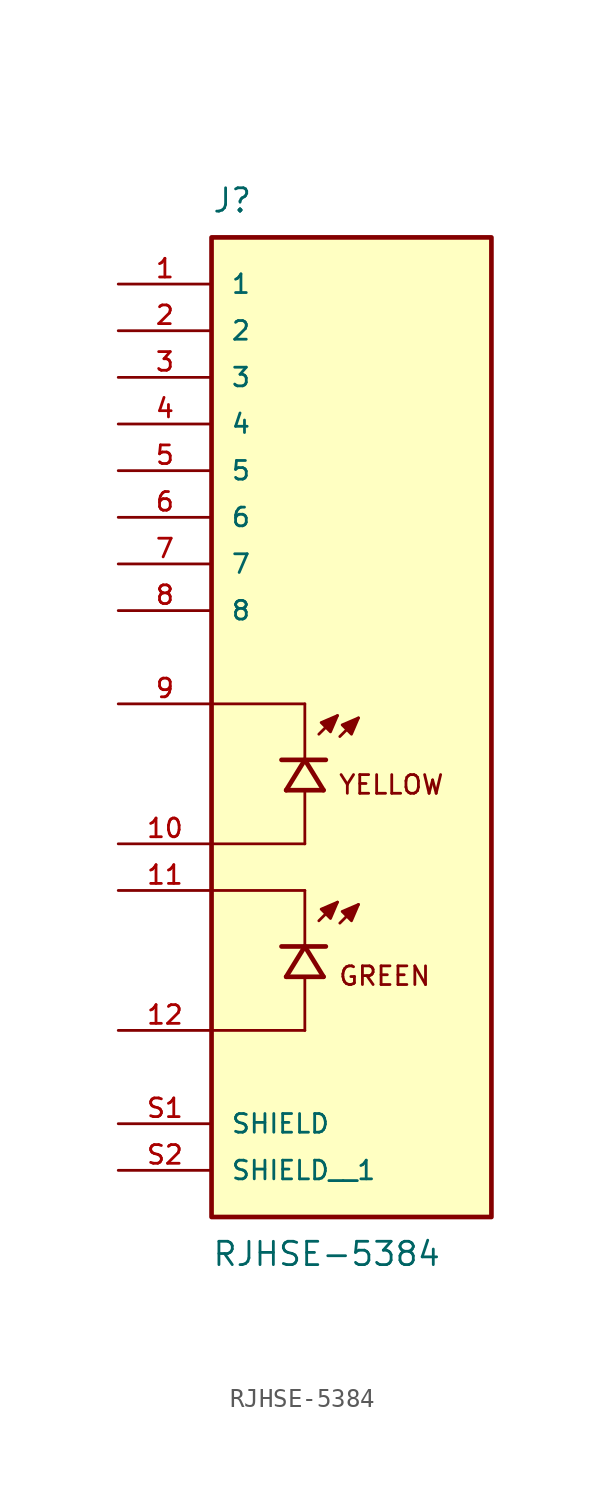
<source format=kicad_sym>
(kicad_symbol_lib
  (version 20211014)
  (generator kicad_symbol_editor)
  (symbol "RJHSE-5384"
    (pin_names
      (offset 1.016))
    (property "Reference" "J"
      (at -7.62 26.67 0)
      (effects (font (size 1.27 1.27)) (justify bottom left)))
    (property "Value" "RJHSE-5384"
      (at -7.62 -29.21 0)
      (effects (font (size 1.27 1.27)) (justify top left)))
    (symbol "RJHSE-5384_0_0"
      (polyline (pts (xy -1.778 -1.651) (xy -0.762 -0.635)) (stroke (width 0.152)))
      (polyline (pts (xy -0.635 -1.778) (xy 0.381 -0.762)) (stroke (width 0.152)))
      (polyline (pts (xy -0.762 -0.635) (xy -1.651 -1.016) (xy -1.143 -1.524) (xy -0.762 -0.635)) (stroke (width 0.152)) (fill (type outline)))
      (polyline (pts (xy 0.381 -0.762) (xy -0.508 -1.143) (xy 0.0 -1.651) (xy 0.381 -0.762)) (stroke (width 0.152)) (fill (type outline)))
      (text "YELLOW" (at -0.762 -3.81 0) (effects (font (size 1.016 1.016)) (justify top left)))
      (polyline (pts (xy -1.524 -4.699) (xy -2.54 -3.048)) (stroke (width 0.254)))
      (polyline (pts (xy -2.54 -3.048) (xy -3.556 -4.699)) (stroke (width 0.254)))
      (polyline (pts (xy -1.397 -3.048) (xy -2.54 -3.048)) (stroke (width 0.254)))
      (polyline (pts (xy -2.54 -3.048) (xy -3.81 -3.048)) (stroke (width 0.254)))
      (polyline (pts (xy -1.524 -4.699) (xy -3.556 -4.699)) (stroke (width 0.254)))
      (polyline (pts (xy -2.54 -7.62) (xy -2.54 -4.826)) (stroke (width 0.152)))
      (polyline (pts (xy -2.54 -2.921) (xy -2.54 0.0)) (stroke (width 0.152)))
      (polyline (pts (xy -2.54 0.0) (xy -7.62 0.0)) (stroke (width 0.152)))
      (polyline (pts (xy -2.54 -7.62) (xy -7.62 -7.62)) (stroke (width 0.152)))
      (polyline (pts (xy -1.778 -11.811) (xy -0.762 -10.795)) (stroke (width 0.152)))
      (polyline (pts (xy -0.635 -11.938) (xy 0.381 -10.922)) (stroke (width 0.152)))
      (polyline (pts (xy -0.762 -10.795) (xy -1.651 -11.176) (xy -1.143 -11.684) (xy -0.762 -10.795)) (stroke (width 0.152)) (fill (type outline)))
      (polyline (pts (xy 0.381 -10.922) (xy -0.508 -11.303) (xy 0.0 -11.811) (xy 0.381 -10.922)) (stroke (width 0.152)) (fill (type outline)))
      (polyline (pts (xy -1.524 -14.859) (xy -2.54 -13.208)) (stroke (width 0.254)))
      (polyline (pts (xy -2.54 -13.208) (xy -3.556 -14.859)) (stroke (width 0.254)))
      (polyline (pts (xy -1.397 -13.208) (xy -2.54 -13.208)) (stroke (width 0.254)))
      (polyline (pts (xy -2.54 -13.208) (xy -3.81 -13.208)) (stroke (width 0.254)))
      (polyline (pts (xy -1.524 -14.859) (xy -3.556 -14.859)) (stroke (width 0.254)))
      (polyline (pts (xy -2.54 -17.78) (xy -2.54 -14.986)) (stroke (width 0.152)))
      (polyline (pts (xy -2.54 -13.081) (xy -2.54 -10.16)) (stroke (width 0.152)))
      (polyline (pts (xy -2.54 -10.16) (xy -7.62 -10.16)) (stroke (width 0.152)))
      (polyline (pts (xy -2.54 -17.78) (xy -7.62 -17.78)) (stroke (width 0.152)))
      (text "GREEN" (at -0.762 -14.224 0) (effects (font (size 1.016 1.016)) (justify top left)))
      (rectangle (start -7.62 -27.94) (end 7.62 25.4) (stroke (width 0.254)) (fill (type background)))
      (pin passive line (at -12.7 22.86 0) (length 5.08) (name "1" (effects (font (size 1.016 1.016)))) (number "1" (effects (font (size 1.016 1.016)))))
      (pin passive line (at -12.7 20.32 0) (length 5.08) (name "2" (effects (font (size 1.016 1.016)))) (number "2" (effects (font (size 1.016 1.016)))))
      (pin passive line (at -12.7 17.78 0) (length 5.08) (name "3" (effects (font (size 1.016 1.016)))) (number "3" (effects (font (size 1.016 1.016)))))
      (pin passive line (at -12.7 15.24 0) (length 5.08) (name "4" (effects (font (size 1.016 1.016)))) (number "4" (effects (font (size 1.016 1.016)))))
      (pin passive line (at -12.7 12.7 0) (length 5.08) (name "5" (effects (font (size 1.016 1.016)))) (number "5" (effects (font (size 1.016 1.016)))))
      (pin passive line (at -12.7 10.16 0) (length 5.08) (name "6" (effects (font (size 1.016 1.016)))) (number "6" (effects (font (size 1.016 1.016)))))
      (pin passive line (at -12.7 7.62 0) (length 5.08) (name "7" (effects (font (size 1.016 1.016)))) (number "7" (effects (font (size 1.016 1.016)))))
      (pin passive line (at -12.7 5.08 0) (length 5.08) (name "8" (effects (font (size 1.016 1.016)))) (number "8" (effects (font (size 1.016 1.016)))))
      (pin passive line (at -12.7 -7.62 0) (length 5.08) (name "~" (effects (font (size 1.016 1.016)))) (number "10" (effects (font (size 1.016 1.016)))))
      (pin passive line (at -12.7 0.0 0) (length 5.08) (name "~" (effects (font (size 1.016 1.016)))) (number "9" (effects (font (size 1.016 1.016)))))
      (pin passive line (at -12.7 -17.78 0) (length 5.08) (name "~" (effects (font (size 1.016 1.016)))) (number "12" (effects (font (size 1.016 1.016)))))
      (pin passive line (at -12.7 -10.16 0) (length 5.08) (name "~" (effects (font (size 1.016 1.016)))) (number "11" (effects (font (size 1.016 1.016)))))
      (pin passive line (at -12.7 -22.86 0) (length 5.08) (name "SHIELD" (effects (font (size 1.016 1.016)))) (number "S1" (effects (font (size 1.016 1.016)))))
      (pin passive line (at -12.7 -25.4 0) (length 5.08) (name "SHIELD__1" (effects (font (size 1.016 1.016)))) (number "S2" (effects (font (size 1.016 1.016))))))))
</source>
